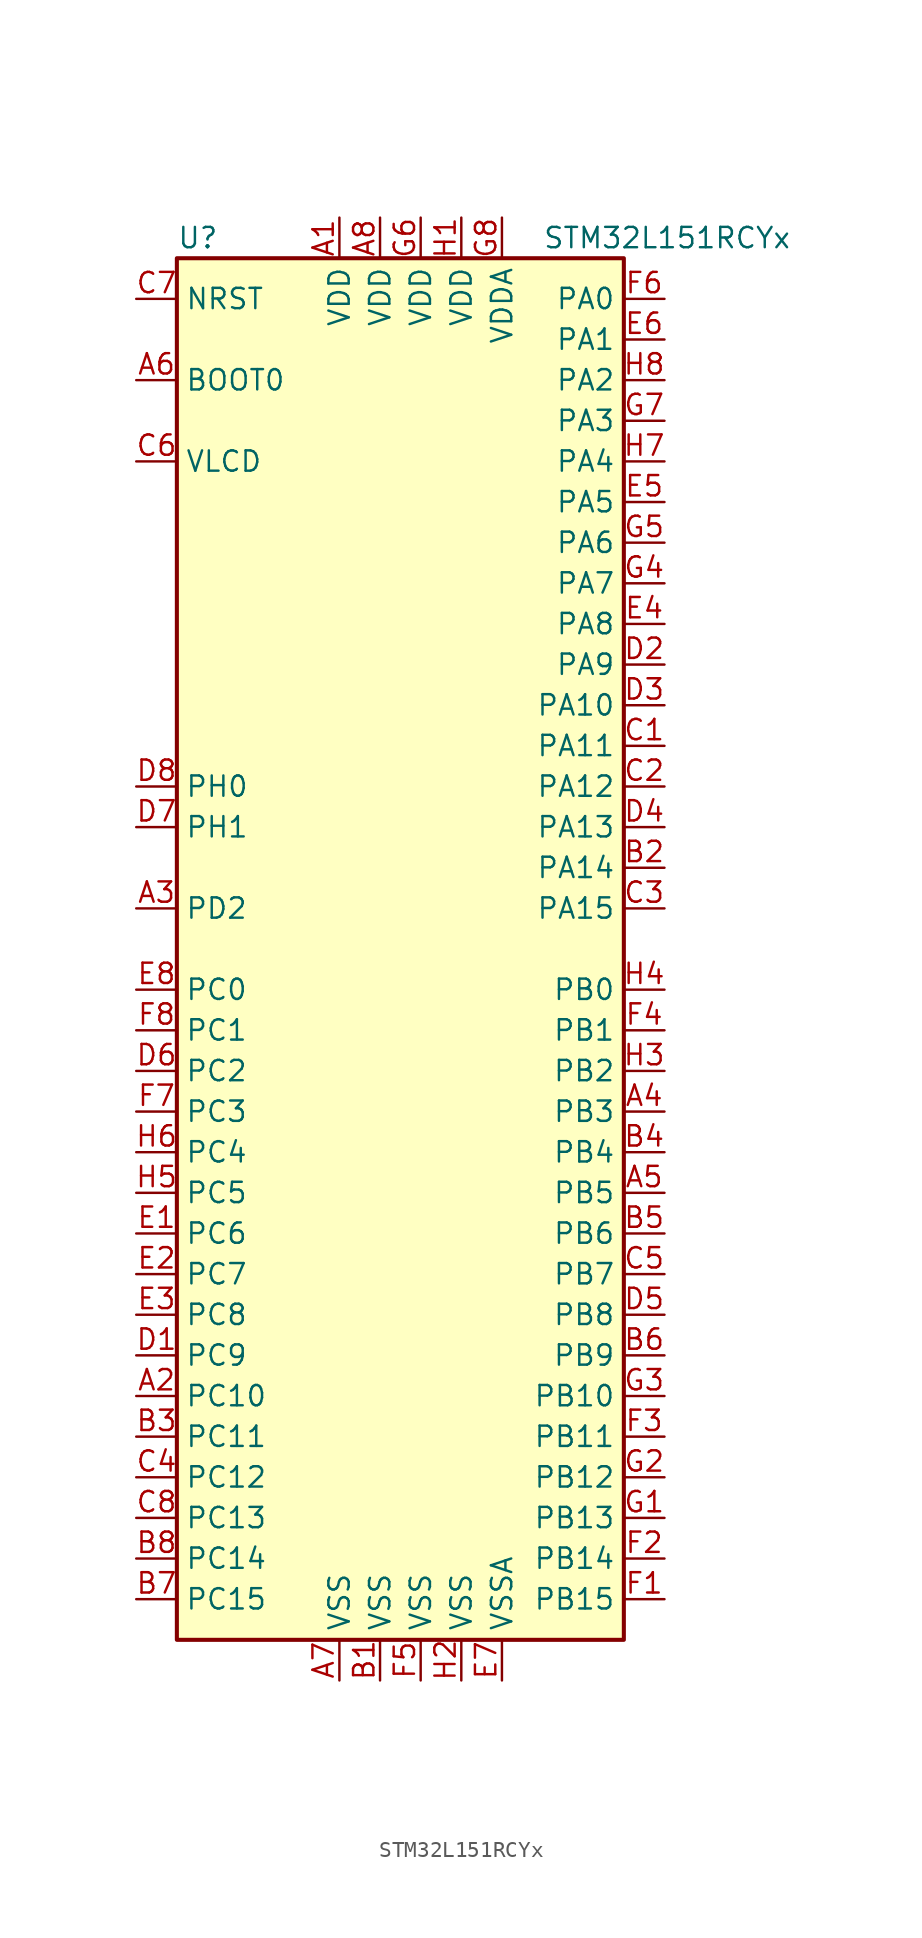
<source format=kicad_sym>
(kicad_symbol_lib
  (version 20211014)
  (generator kicad_symbol_editor)
  (symbol "STM32L151RCYx"
    (property "Reference" "U"
      (at -15.24 44.45 0)
      (effects (font (size 1.27 1.27)) (justify left)))
    (property "Value" "STM32L151RCYx"
      (at 7.62 44.45 0)
      (effects (font (size 1.27 1.27)) (justify left)))
    (symbol "STM32L151RCYx_0_1"
      (rectangle (start -15.24 -43.18) (end 12.7 43.18) (stroke (width 0.254) (type default) (color 0 0 0 0)) (fill (type background))))
    (symbol "STM32L151RCYx_1_1"
      (pin power_in line (at -5.08 45.72 270) (length 2.54) (name "VDD" (effects (font (size 1.27 1.27)))) (number "A1" (effects (font (size 1.27 1.27)))))
      (pin bidirectional line (at -17.78 -27.94 0) (length 2.54) (name "PC10" (effects (font (size 1.27 1.27)))) (number "A2" (effects (font (size 1.27 1.27)))))
      (pin bidirectional line (at -17.78 2.54 0) (length 2.54) (name "PD2" (effects (font (size 1.27 1.27)))) (number "A3" (effects (font (size 1.27 1.27)))))
      (pin bidirectional line (at 15.24 -10.16 180) (length 2.54) (name "PB3" (effects (font (size 1.27 1.27)))) (number "A4" (effects (font (size 1.27 1.27)))))
      (pin bidirectional line (at 15.24 -15.24 180) (length 2.54) (name "PB5" (effects (font (size 1.27 1.27)))) (number "A5" (effects (font (size 1.27 1.27)))))
      (pin input line (at -17.78 35.56 0) (length 2.54) (name "BOOT0" (effects (font (size 1.27 1.27)))) (number "A6" (effects (font (size 1.27 1.27)))))
      (pin power_in line (at -5.08 -45.72 90) (length 2.54) (name "VSS" (effects (font (size 1.27 1.27)))) (number "A7" (effects (font (size 1.27 1.27)))))
      (pin power_in line (at -2.54 45.72 270) (length 2.54) (name "VDD" (effects (font (size 1.27 1.27)))) (number "A8" (effects (font (size 1.27 1.27)))))
      (pin power_in line (at -2.54 -45.72 90) (length 2.54) (name "VSS" (effects (font (size 1.27 1.27)))) (number "B1" (effects (font (size 1.27 1.27)))))
      (pin bidirectional line (at 15.24 5.08 180) (length 2.54) (name "PA14" (effects (font (size 1.27 1.27)))) (number "B2" (effects (font (size 1.27 1.27)))))
      (pin bidirectional line (at -17.78 -30.48 0) (length 2.54) (name "PC11" (effects (font (size 1.27 1.27)))) (number "B3" (effects (font (size 1.27 1.27)))))
      (pin bidirectional line (at 15.24 -12.7 180) (length 2.54) (name "PB4" (effects (font (size 1.27 1.27)))) (number "B4" (effects (font (size 1.27 1.27)))))
      (pin bidirectional line (at 15.24 -17.78 180) (length 2.54) (name "PB6" (effects (font (size 1.27 1.27)))) (number "B5" (effects (font (size 1.27 1.27)))))
      (pin bidirectional line (at 15.24 -25.4 180) (length 2.54) (name "PB9" (effects (font (size 1.27 1.27)))) (number "B6" (effects (font (size 1.27 1.27)))))
      (pin bidirectional line (at -17.78 -40.64 0) (length 2.54) (name "PC15" (effects (font (size 1.27 1.27)))) (number "B7" (effects (font (size 1.27 1.27)))))
      (pin bidirectional line (at -17.78 -38.1 0) (length 2.54) (name "PC14" (effects (font (size 1.27 1.27)))) (number "B8" (effects (font (size 1.27 1.27)))))
      (pin bidirectional line (at 15.24 12.7 180) (length 2.54) (name "PA11" (effects (font (size 1.27 1.27)))) (number "C1" (effects (font (size 1.27 1.27)))))
      (pin bidirectional line (at 15.24 10.16 180) (length 2.54) (name "PA12" (effects (font (size 1.27 1.27)))) (number "C2" (effects (font (size 1.27 1.27)))))
      (pin bidirectional line (at 15.24 2.54 180) (length 2.54) (name "PA15" (effects (font (size 1.27 1.27)))) (number "C3" (effects (font (size 1.27 1.27)))))
      (pin bidirectional line (at -17.78 -33.02 0) (length 2.54) (name "PC12" (effects (font (size 1.27 1.27)))) (number "C4" (effects (font (size 1.27 1.27)))))
      (pin bidirectional line (at 15.24 -20.32 180) (length 2.54) (name "PB7" (effects (font (size 1.27 1.27)))) (number "C5" (effects (font (size 1.27 1.27)))))
      (pin power_in line (at -17.78 30.48 0) (length 2.54) (name "VLCD" (effects (font (size 1.27 1.27)))) (number "C6" (effects (font (size 1.27 1.27)))))
      (pin input line (at -17.78 40.64 0) (length 2.54) (name "NRST" (effects (font (size 1.27 1.27)))) (number "C7" (effects (font (size 1.27 1.27)))))
      (pin bidirectional line (at -17.78 -35.56 0) (length 2.54) (name "PC13" (effects (font (size 1.27 1.27)))) (number "C8" (effects (font (size 1.27 1.27)))))
      (pin bidirectional line (at -17.78 -25.4 0) (length 2.54) (name "PC9" (effects (font (size 1.27 1.27)))) (number "D1" (effects (font (size 1.27 1.27)))))
      (pin bidirectional line (at 15.24 17.78 180) (length 2.54) (name "PA9" (effects (font (size 1.27 1.27)))) (number "D2" (effects (font (size 1.27 1.27)))))
      (pin bidirectional line (at 15.24 15.24 180) (length 2.54) (name "PA10" (effects (font (size 1.27 1.27)))) (number "D3" (effects (font (size 1.27 1.27)))))
      (pin bidirectional line (at 15.24 7.62 180) (length 2.54) (name "PA13" (effects (font (size 1.27 1.27)))) (number "D4" (effects (font (size 1.27 1.27)))))
      (pin bidirectional line (at 15.24 -22.86 180) (length 2.54) (name "PB8" (effects (font (size 1.27 1.27)))) (number "D5" (effects (font (size 1.27 1.27)))))
      (pin bidirectional line (at -17.78 -7.62 0) (length 2.54) (name "PC2" (effects (font (size 1.27 1.27)))) (number "D6" (effects (font (size 1.27 1.27)))))
      (pin input line (at -17.78 7.62 0) (length 2.54) (name "PH1" (effects (font (size 1.27 1.27)))) (number "D7" (effects (font (size 1.27 1.27)))))
      (pin input line (at -17.78 10.16 0) (length 2.54) (name "PH0" (effects (font (size 1.27 1.27)))) (number "D8" (effects (font (size 1.27 1.27)))))
      (pin bidirectional line (at -17.78 -17.78 0) (length 2.54) (name "PC6" (effects (font (size 1.27 1.27)))) (number "E1" (effects (font (size 1.27 1.27)))))
      (pin bidirectional line (at -17.78 -20.32 0) (length 2.54) (name "PC7" (effects (font (size 1.27 1.27)))) (number "E2" (effects (font (size 1.27 1.27)))))
      (pin bidirectional line (at -17.78 -22.86 0) (length 2.54) (name "PC8" (effects (font (size 1.27 1.27)))) (number "E3" (effects (font (size 1.27 1.27)))))
      (pin bidirectional line (at 15.24 20.32 180) (length 2.54) (name "PA8" (effects (font (size 1.27 1.27)))) (number "E4" (effects (font (size 1.27 1.27)))))
      (pin bidirectional line (at 15.24 27.94 180) (length 2.54) (name "PA5" (effects (font (size 1.27 1.27)))) (number "E5" (effects (font (size 1.27 1.27)))))
      (pin bidirectional line (at 15.24 38.1 180) (length 2.54) (name "PA1" (effects (font (size 1.27 1.27)))) (number "E6" (effects (font (size 1.27 1.27)))))
      (pin power_in line (at 5.08 -45.72 90) (length 2.54) (name "VSSA" (effects (font (size 1.27 1.27)))) (number "E7" (effects (font (size 1.27 1.27)))))
      (pin bidirectional line (at -17.78 -2.54 0) (length 2.54) (name "PC0" (effects (font (size 1.27 1.27)))) (number "E8" (effects (font (size 1.27 1.27)))))
      (pin bidirectional line (at 15.24 -40.64 180) (length 2.54) (name "PB15" (effects (font (size 1.27 1.27)))) (number "F1" (effects (font (size 1.27 1.27)))))
      (pin bidirectional line (at 15.24 -38.1 180) (length 2.54) (name "PB14" (effects (font (size 1.27 1.27)))) (number "F2" (effects (font (size 1.27 1.27)))))
      (pin bidirectional line (at 15.24 -30.48 180) (length 2.54) (name "PB11" (effects (font (size 1.27 1.27)))) (number "F3" (effects (font (size 1.27 1.27)))))
      (pin bidirectional line (at 15.24 -5.08 180) (length 2.54) (name "PB1" (effects (font (size 1.27 1.27)))) (number "F4" (effects (font (size 1.27 1.27)))))
      (pin power_in line (at 0 -45.72 90) (length 2.54) (name "VSS" (effects (font (size 1.27 1.27)))) (number "F5" (effects (font (size 1.27 1.27)))))
      (pin bidirectional line (at 15.24 40.64 180) (length 2.54) (name "PA0" (effects (font (size 1.27 1.27)))) (number "F6" (effects (font (size 1.27 1.27)))))
      (pin bidirectional line (at -17.78 -10.16 0) (length 2.54) (name "PC3" (effects (font (size 1.27 1.27)))) (number "F7" (effects (font (size 1.27 1.27)))))
      (pin bidirectional line (at -17.78 -5.08 0) (length 2.54) (name "PC1" (effects (font (size 1.27 1.27)))) (number "F8" (effects (font (size 1.27 1.27)))))
      (pin bidirectional line (at 15.24 -35.56 180) (length 2.54) (name "PB13" (effects (font (size 1.27 1.27)))) (number "G1" (effects (font (size 1.27 1.27)))))
      (pin bidirectional line (at 15.24 -33.02 180) (length 2.54) (name "PB12" (effects (font (size 1.27 1.27)))) (number "G2" (effects (font (size 1.27 1.27)))))
      (pin bidirectional line (at 15.24 -27.94 180) (length 2.54) (name "PB10" (effects (font (size 1.27 1.27)))) (number "G3" (effects (font (size 1.27 1.27)))))
      (pin bidirectional line (at 15.24 22.86 180) (length 2.54) (name "PA7" (effects (font (size 1.27 1.27)))) (number "G4" (effects (font (size 1.27 1.27)))))
      (pin bidirectional line (at 15.24 25.4 180) (length 2.54) (name "PA6" (effects (font (size 1.27 1.27)))) (number "G5" (effects (font (size 1.27 1.27)))))
      (pin power_in line (at 0 45.72 270) (length 2.54) (name "VDD" (effects (font (size 1.27 1.27)))) (number "G6" (effects (font (size 1.27 1.27)))))
      (pin bidirectional line (at 15.24 33.02 180) (length 2.54) (name "PA3" (effects (font (size 1.27 1.27)))) (number "G7" (effects (font (size 1.27 1.27)))))
      (pin power_in line (at 5.08 45.72 270) (length 2.54) (name "VDDA" (effects (font (size 1.27 1.27)))) (number "G8" (effects (font (size 1.27 1.27)))))
      (pin power_in line (at 2.54 45.72 270) (length 2.54) (name "VDD" (effects (font (size 1.27 1.27)))) (number "H1" (effects (font (size 1.27 1.27)))))
      (pin power_in line (at 2.54 -45.72 90) (length 2.54) (name "VSS" (effects (font (size 1.27 1.27)))) (number "H2" (effects (font (size 1.27 1.27)))))
      (pin bidirectional line (at 15.24 -7.62 180) (length 2.54) (name "PB2" (effects (font (size 1.27 1.27)))) (number "H3" (effects (font (size 1.27 1.27)))))
      (pin bidirectional line (at 15.24 -2.54 180) (length 2.54) (name "PB0" (effects (font (size 1.27 1.27)))) (number "H4" (effects (font (size 1.27 1.27)))))
      (pin bidirectional line (at -17.78 -15.24 0) (length 2.54) (name "PC5" (effects (font (size 1.27 1.27)))) (number "H5" (effects (font (size 1.27 1.27)))))
      (pin bidirectional line (at -17.78 -12.7 0) (length 2.54) (name "PC4" (effects (font (size 1.27 1.27)))) (number "H6" (effects (font (size 1.27 1.27)))))
      (pin bidirectional line (at 15.24 30.48 180) (length 2.54) (name "PA4" (effects (font (size 1.27 1.27)))) (number "H7" (effects (font (size 1.27 1.27)))))
      (pin bidirectional line (at 15.24 35.56 180) (length 2.54) (name "PA2" (effects (font (size 1.27 1.27)))) (number "H8" (effects (font (size 1.27 1.27))))))))
</source>
